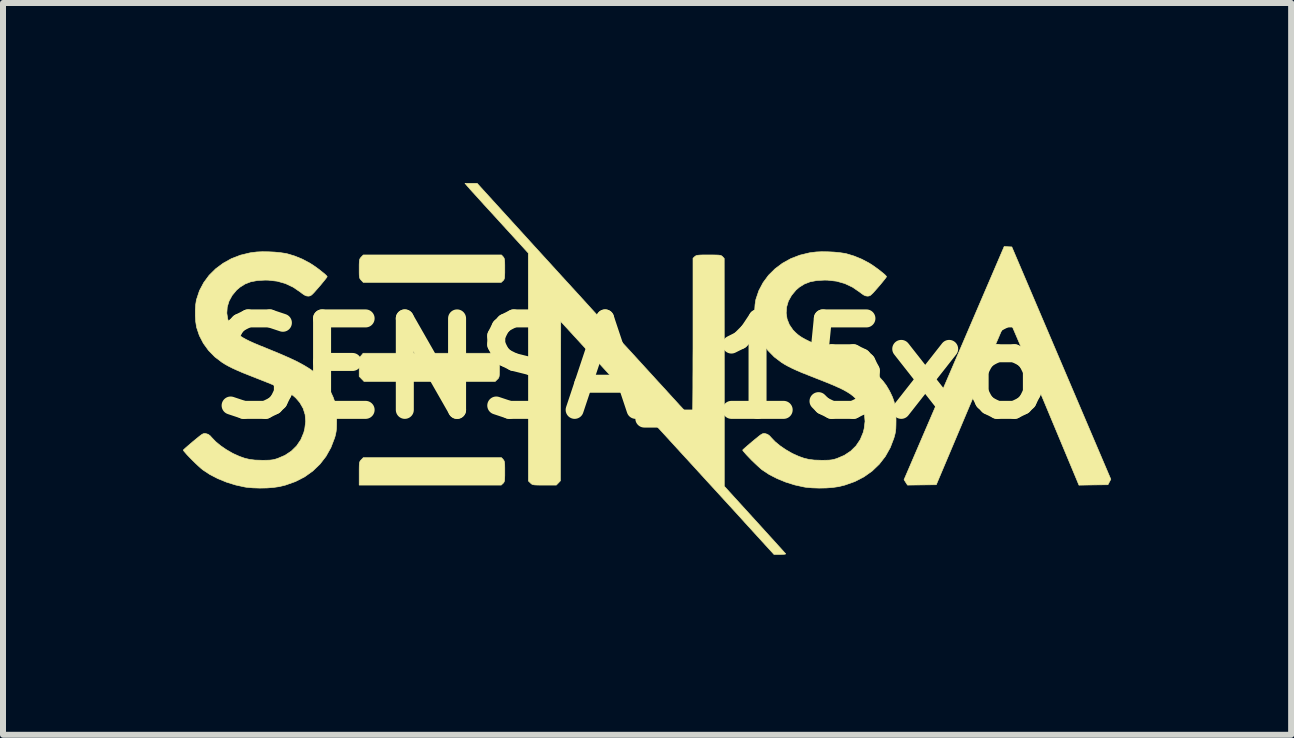
<source format=kicad_pcb>
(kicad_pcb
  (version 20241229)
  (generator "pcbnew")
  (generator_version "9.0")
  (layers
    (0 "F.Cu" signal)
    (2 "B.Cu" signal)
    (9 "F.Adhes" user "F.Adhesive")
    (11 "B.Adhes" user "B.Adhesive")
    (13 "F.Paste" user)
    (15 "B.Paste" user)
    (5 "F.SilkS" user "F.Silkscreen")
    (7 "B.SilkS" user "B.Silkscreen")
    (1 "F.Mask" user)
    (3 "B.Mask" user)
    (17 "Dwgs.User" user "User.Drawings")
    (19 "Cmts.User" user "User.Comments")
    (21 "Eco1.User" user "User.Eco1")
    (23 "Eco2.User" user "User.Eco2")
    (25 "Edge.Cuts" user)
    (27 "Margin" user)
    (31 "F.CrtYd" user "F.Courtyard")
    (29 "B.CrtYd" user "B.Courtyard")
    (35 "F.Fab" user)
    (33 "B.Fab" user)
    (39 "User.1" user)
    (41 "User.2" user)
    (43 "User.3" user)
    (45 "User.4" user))
  (footprint "SENSA_15x6"
    (layer "F.Cu")
    (at 7.47 3.091)
    (property "Reference" "SENSA_15x6" (at 0 0 0) (layer "F.SilkS") (effects (font (size 1.524 1.524) (thickness 0.3))))
    (attr through_hole)
    (fp_poly (pts (xy -2.136 1.515) (xy -2.125 1.529) (xy -2.117 1.545) (xy -2.112 1.569) (xy -2.109 1.605) (xy -2.108 1.657) (xy -2.108 1.716) (xy -2.108 1.786) (xy -2.11 1.834) (xy -2.112 1.867) (xy -2.118 1.888) (xy -2.126 1.903) (xy -2.137 1.915) (xy -2.138 1.915) (xy -2.167 1.943) (xy -4.534 1.943) (xy -4.534 1.75) (xy -4.534 1.676) (xy -4.533 1.623) (xy -4.531 1.587) (xy -4.527 1.563) (xy -4.52 1.546) (xy -4.51 1.532) (xy -4.5 1.522) (xy -4.466 1.486) (xy -2.163 1.486) (xy -2.136 1.515)) (stroke (width 0.01) (type solid)) (fill yes) (layer "F.SilkS"))
    (fp_poly (pts (xy -2.233 -0.22) (xy -2.218 -0.205) (xy -2.208 -0.191) (xy -2.202 -0.172) (xy -2.199 -0.143) (xy -2.197 -0.1) (xy -2.197 -0.038) (xy -2.197 -0.019) (xy -2.197 0.049) (xy -2.198 0.096) (xy -2.201 0.128) (xy -2.207 0.149) (xy -2.215 0.164) (xy -2.229 0.178) (xy -2.233 0.182) (xy -2.268 0.216) (xy -4.453 0.216) (xy -4.534 0.132) (xy -4.534 -0.022) (xy -4.534 -0.087) (xy -4.532 -0.133) (xy -4.529 -0.163) (xy -4.522 -0.184) (xy -4.512 -0.202) (xy -4.501 -0.215) (xy -4.468 -0.254) (xy -2.268 -0.254) (xy -2.233 -0.22)) (stroke (width 0.01) (type solid)) (fill yes) (layer "F.SilkS"))
    (fp_poly (pts (xy -2.136 -1.863) (xy -2.125 -1.849) (xy -2.117 -1.833) (xy -2.112 -1.809) (xy -2.109 -1.774) (xy -2.108 -1.721) (xy -2.108 -1.662) (xy -2.108 -1.593) (xy -2.11 -1.544) (xy -2.112 -1.511) (xy -2.118 -1.49) (xy -2.126 -1.475) (xy -2.137 -1.463) (xy -2.138 -1.463) (xy -2.167 -1.435) (xy -3.316 -1.435) (xy -4.466 -1.435) (xy -4.5 -1.471) (xy -4.514 -1.487) (xy -4.524 -1.503) (xy -4.529 -1.524) (xy -4.533 -1.555) (xy -4.534 -1.602) (xy -4.534 -1.664) (xy -4.534 -1.73) (xy -4.532 -1.775) (xy -4.529 -1.806) (xy -4.523 -1.826) (xy -4.513 -1.842) (xy -4.5 -1.857) (xy -4.466 -1.892) (xy -2.163 -1.892) (xy -2.136 -1.863)) (stroke (width 0.01) (type solid)) (fill yes) (layer "F.SilkS"))
    (fp_poly (pts (xy 6.279 -2.029) (xy 6.342 -2.026) (xy 7.167 -0.09) (xy 7.992 1.846) (xy 7.968 1.891) (xy 7.944 1.937) (xy 7.703 1.94) (xy 7.461 1.944) (xy 6.872 0.533) (xy 6.796 0.354) (xy 6.724 0.181) (xy 6.654 0.017) (xy 6.589 -0.138) (xy 6.528 -0.282) (xy 6.472 -0.414) (xy 6.422 -0.531) (xy 6.378 -0.634) (xy 6.34 -0.719) (xy 6.311 -0.787) (xy 6.289 -0.835) (xy 6.276 -0.861) (xy 6.272 -0.867) (xy 6.266 -0.854) (xy 6.251 -0.82) (xy 6.227 -0.764) (xy 6.195 -0.69) (xy 6.156 -0.598) (xy 6.11 -0.49) (xy 6.057 -0.367) (xy 5.999 -0.231) (xy 5.937 -0.084) (xy 5.87 0.075) (xy 5.799 0.242) (xy 5.725 0.417) (xy 5.673 0.54) (xy 5.083 1.937) (xy 4.604 1.943) (xy 4.575 1.898) (xy 4.546 1.853) (xy 5.381 -0.09) (xy 6.215 -2.033) (xy 6.279 -2.029)) (stroke (width 0.01) (type solid)) (fill yes) (layer "F.SilkS"))
    (fp_poly (pts (xy -1.758 -2.195) (xy -1.62 -2.043) (xy -1.471 -1.88) (xy -1.315 -1.709) (xy -1.154 -1.532) (xy -0.991 -1.354) (xy -0.83 -1.178) (xy -0.674 -1.006) (xy -0.525 -0.843) (xy -0.386 -0.692) (xy -0.261 -0.555) (xy -0.241 -0.533) (xy -0.125 -0.405) (xy -0.007 -0.277) (xy 0.11 -0.149) (xy 0.224 -0.024) (xy 0.333 0.095) (xy 0.435 0.207) (xy 0.528 0.308) (xy 0.61 0.398) (xy 0.679 0.474) (xy 0.733 0.533) (xy 0.737 0.537) (xy 0.803 0.61) (xy 0.865 0.676) (xy 0.919 0.734) (xy 0.963 0.782) (xy 0.996 0.816) (xy 1.015 0.834) (xy 1.019 0.837) (xy 1.02 0.825) (xy 1.022 0.789) (xy 1.023 0.731) (xy 1.024 0.652) (xy 1.025 0.555) (xy 1.026 0.44) (xy 1.027 0.31) (xy 1.027 0.167) (xy 1.028 0.011) (xy 1.028 -0.156) (xy 1.029 -0.331) (xy 1.029 -0.499) (xy 1.029 -1.837) (xy 1.058 -1.865) (xy 1.071 -1.875) (xy 1.085 -1.882) (xy 1.107 -1.887) (xy 1.139 -1.89) (xy 1.185 -1.892) (xy 1.251 -1.892) (xy 1.291 -1.892) (xy 1.367 -1.892) (xy 1.422 -1.891) (xy 1.46 -1.889) (xy 1.486 -1.885) (xy 1.502 -1.879) (xy 1.514 -1.871) (xy 1.522 -1.863) (xy 1.549 -1.834) (xy 1.55 0.064) (xy 1.55 1.962) (xy 2.059 2.521) (xy 2.151 2.622) (xy 2.237 2.717) (xy 2.317 2.805) (xy 2.389 2.884) (xy 2.451 2.953) (xy 2.502 3.009) (xy 2.541 3.052) (xy 2.565 3.079) (xy 2.574 3.089) (xy 2.565 3.094) (xy 2.536 3.097) (xy 2.493 3.099) (xy 2.479 3.099) (xy 2.379 3.099) (xy 1.889 2.562) (xy 1.804 2.468) (xy 1.712 2.367) (xy 1.612 2.258) (xy 1.504 2.14) (xy 1.388 2.013) (xy 1.261 1.875) (xy 1.125 1.726) (xy 0.978 1.565) (xy 0.819 1.392) (xy 0.648 1.205) (xy 0.464 1.004) (xy 0.266 0.788) (xy 0.054 0.557) (xy -0.173 0.309) (xy -0.416 0.044) (xy -0.675 -0.239) (xy -0.686 -0.251) (xy -1.175 -0.784) (xy -1.181 1.872) (xy -1.215 1.908) (xy -1.249 1.943) (xy -1.446 1.943) (xy -1.521 1.943) (xy -1.575 1.942) (xy -1.612 1.94) (xy -1.637 1.936) (xy -1.654 1.93) (xy -1.667 1.92) (xy -1.679 1.909) (xy -1.714 1.875) (xy -1.715 -0.025) (xy -1.716 -1.924) (xy -2.192 -2.445) (xy -2.282 -2.544) (xy -2.369 -2.639) (xy -2.451 -2.728) (xy -2.524 -2.809) (xy -2.589 -2.881) (xy -2.643 -2.94) (xy -2.685 -2.986) (xy -2.711 -3.017) (xy -2.72 -3.026) (xy -2.771 -3.086) (xy -2.569 -3.086) (xy -1.758 -2.195)) (stroke (width 0.01) (type solid)) (fill yes) (layer "F.SilkS"))
    (fp_poly (pts (xy -6.048 -1.945) (xy -5.943 -1.94) (xy -5.843 -1.93) (xy -5.757 -1.917) (xy -5.734 -1.912) (xy -5.611 -1.875) (xy -5.483 -1.823) (xy -5.36 -1.758) (xy -5.357 -1.756) (xy -5.308 -1.725) (xy -5.254 -1.688) (xy -5.201 -1.649) (xy -5.152 -1.61) (xy -5.11 -1.576) (xy -5.081 -1.549) (xy -5.068 -1.532) (xy -5.068 -1.53) (xy -5.076 -1.517) (xy -5.098 -1.488) (xy -5.131 -1.447) (xy -5.172 -1.397) (xy -5.202 -1.362) (xy -5.253 -1.304) (xy -5.29 -1.262) (xy -5.317 -1.235) (xy -5.338 -1.218) (xy -5.356 -1.21) (xy -5.373 -1.207) (xy -5.384 -1.206) (xy -5.414 -1.21) (xy -5.444 -1.223) (xy -5.482 -1.248) (xy -5.511 -1.271) (xy -5.634 -1.355) (xy -5.763 -1.416) (xy -5.901 -1.455) (xy -6.05 -1.472) (xy -6.101 -1.473) (xy -6.23 -1.466) (xy -6.341 -1.445) (xy -6.437 -1.408) (xy -6.522 -1.354) (xy -6.577 -1.307) (xy -6.651 -1.218) (xy -6.703 -1.123) (xy -6.733 -1.024) (xy -6.74 -0.923) (xy -6.725 -0.824) (xy -6.687 -0.729) (xy -6.627 -0.642) (xy -6.584 -0.598) (xy -6.549 -0.567) (xy -6.512 -0.539) (xy -6.47 -0.512) (xy -6.421 -0.485) (xy -6.361 -0.455) (xy -6.288 -0.422) (xy -6.198 -0.384) (xy -6.088 -0.34) (xy -6.032 -0.317) (xy -5.855 -0.244) (xy -5.699 -0.176) (xy -5.564 -0.112) (xy -5.448 -0.049) (xy -5.348 0.013) (xy -5.263 0.075) (xy -5.19 0.14) (xy -5.127 0.208) (xy -5.073 0.281) (xy -5.026 0.36) (xy -5.005 0.4) (xy -4.968 0.479) (xy -4.942 0.553) (xy -4.925 0.629) (xy -4.914 0.714) (xy -4.91 0.814) (xy -4.91 0.864) (xy -4.911 0.941) (xy -4.913 1) (xy -4.918 1.047) (xy -4.926 1.09) (xy -4.937 1.135) (xy -4.945 1.16) (xy -5.006 1.319) (xy -5.088 1.465) (xy -5.189 1.595) (xy -5.308 1.709) (xy -5.444 1.806) (xy -5.596 1.884) (xy -5.762 1.943) (xy -5.864 1.968) (xy -5.96 1.982) (xy -6.072 1.991) (xy -6.192 1.993) (xy -6.309 1.989) (xy -6.416 1.979) (xy -6.445 1.974) (xy -6.595 1.941) (xy -6.746 1.894) (xy -6.89 1.835) (xy -7.022 1.767) (xy -7.136 1.692) (xy -7.139 1.69) (xy -7.174 1.661) (xy -7.217 1.622) (xy -7.265 1.577) (xy -7.314 1.529) (xy -7.362 1.48) (xy -7.404 1.436) (xy -7.437 1.398) (xy -7.459 1.372) (xy -7.465 1.359) (xy -7.454 1.348) (xy -7.428 1.324) (xy -7.388 1.289) (xy -7.339 1.247) (xy -7.299 1.213) (xy -7.239 1.164) (xy -7.195 1.128) (xy -7.163 1.104) (xy -7.139 1.09) (xy -7.121 1.084) (xy -7.104 1.083) (xy -7.087 1.086) (xy -7.05 1.097) (xy -7.018 1.121) (xy -6.99 1.152) (xy -6.927 1.218) (xy -6.845 1.286) (xy -6.752 1.35) (xy -6.654 1.407) (xy -6.625 1.422) (xy -6.529 1.465) (xy -6.444 1.495) (xy -6.361 1.515) (xy -6.272 1.526) (xy -6.167 1.529) (xy -6.153 1.53) (xy -6.079 1.529) (xy -6.023 1.527) (xy -5.979 1.522) (xy -5.938 1.513) (xy -5.895 1.5) (xy -5.771 1.447) (xy -5.664 1.376) (xy -5.576 1.289) (xy -5.506 1.185) (xy -5.457 1.067) (xy -5.441 1.003) (xy -5.426 0.882) (xy -5.435 0.769) (xy -5.468 0.664) (xy -5.525 0.566) (xy -5.592 0.489) (xy -5.631 0.455) (xy -5.675 0.421) (xy -5.728 0.388) (xy -5.791 0.353) (xy -5.867 0.317) (xy -5.958 0.276) (xy -6.069 0.231) (xy -6.2 0.179) (xy -6.236 0.165) (xy -6.365 0.114) (xy -6.474 0.071) (xy -6.564 0.032) (xy -6.641 -0.003) (xy -6.707 -0.036) (xy -6.765 -0.068) (xy -6.818 -0.101) (xy -6.818 -0.101) (xy -6.939 -0.193) (xy -7.044 -0.3) (xy -7.131 -0.42) (xy -7.198 -0.549) (xy -7.243 -0.683) (xy -7.247 -0.704) (xy -7.259 -0.784) (xy -7.265 -0.877) (xy -7.265 -0.974) (xy -7.259 -1.065) (xy -7.247 -1.142) (xy -7.244 -1.152) (xy -7.196 -1.297) (xy -7.125 -1.431) (xy -7.035 -1.553) (xy -6.926 -1.661) (xy -6.801 -1.754) (xy -6.663 -1.831) (xy -6.512 -1.889) (xy -6.35 -1.928) (xy -6.241 -1.942) (xy -6.15 -1.946) (xy -6.048 -1.945)) (stroke (width 0.01) (type solid)) (fill yes) (layer "F.SilkS"))
    (fp_poly (pts (xy 3.274 -1.945) (xy 3.379 -1.94) (xy 3.479 -1.93) (xy 3.565 -1.917) (xy 3.587 -1.912) (xy 3.71 -1.875) (xy 3.838 -1.823) (xy 3.962 -1.758) (xy 3.965 -1.756) (xy 4.014 -1.725) (xy 4.067 -1.688) (xy 4.121 -1.649) (xy 4.17 -1.61) (xy 4.212 -1.576) (xy 4.241 -1.549) (xy 4.253 -1.532) (xy 4.254 -1.53) (xy 4.246 -1.517) (xy 4.224 -1.488) (xy 4.191 -1.447) (xy 4.15 -1.397) (xy 4.12 -1.362) (xy 4.069 -1.304) (xy 4.032 -1.262) (xy 4.004 -1.235) (xy 3.984 -1.218) (xy 3.966 -1.21) (xy 3.949 -1.207) (xy 3.938 -1.206) (xy 3.908 -1.21) (xy 3.877 -1.223) (xy 3.84 -1.248) (xy 3.81 -1.271) (xy 3.688 -1.355) (xy 3.559 -1.416) (xy 3.421 -1.455) (xy 3.272 -1.472) (xy 3.221 -1.473) (xy 3.092 -1.466) (xy 2.981 -1.445) (xy 2.885 -1.408) (xy 2.799 -1.354) (xy 2.745 -1.307) (xy 2.671 -1.218) (xy 2.618 -1.123) (xy 2.589 -1.024) (xy 2.582 -0.923) (xy 2.597 -0.824) (xy 2.635 -0.729) (xy 2.695 -0.642) (xy 2.738 -0.598) (xy 2.773 -0.567) (xy 2.81 -0.539) (xy 2.852 -0.512) (xy 2.901 -0.485) (xy 2.961 -0.455) (xy 3.034 -0.422) (xy 3.124 -0.384) (xy 3.234 -0.34) (xy 3.289 -0.317) (xy 3.467 -0.244) (xy 3.623 -0.176) (xy 3.758 -0.112) (xy 3.874 -0.049) (xy 3.974 0.013) (xy 4.059 0.075) (xy 4.132 0.14) (xy 4.194 0.208) (xy 4.249 0.281) (xy 4.296 0.36) (xy 4.317 0.4) (xy 4.354 0.479) (xy 4.38 0.553) (xy 4.397 0.629) (xy 4.407 0.714) (xy 4.411 0.814) (xy 4.412 0.864) (xy 4.411 0.941) (xy 4.409 1) (xy 4.404 1.047) (xy 4.396 1.09) (xy 4.384 1.135) (xy 4.377 1.16) (xy 4.316 1.319) (xy 4.234 1.465) (xy 4.133 1.595) (xy 4.014 1.709) (xy 3.877 1.806) (xy 3.726 1.884) (xy 3.559 1.943) (xy 3.458 1.968) (xy 3.362 1.982) (xy 3.249 1.991) (xy 3.13 1.993) (xy 3.013 1.989) (xy 2.906 1.979) (xy 2.877 1.974) (xy 2.727 1.941) (xy 2.576 1.894) (xy 2.432 1.835) (xy 2.299 1.767) (xy 2.186 1.692) (xy 2.182 1.69) (xy 2.148 1.661) (xy 2.105 1.622) (xy 2.057 1.577) (xy 2.007 1.529) (xy 1.96 1.48) (xy 1.918 1.436) (xy 1.885 1.398) (xy 1.863 1.372) (xy 1.857 1.359) (xy 1.867 1.348) (xy 1.894 1.324) (xy 1.934 1.289) (xy 1.983 1.247) (xy 2.023 1.213) (xy 2.083 1.164) (xy 2.127 1.128) (xy 2.159 1.104) (xy 2.183 1.09) (xy 2.201 1.084) (xy 2.218 1.083) (xy 2.235 1.086) (xy 2.271 1.097) (xy 2.304 1.121) (xy 2.332 1.152) (xy 2.395 1.218) (xy 2.477 1.286) (xy 2.57 1.35) (xy 2.668 1.407) (xy 2.697 1.422) (xy 2.793 1.465) (xy 2.878 1.495) (xy 2.961 1.515) (xy 3.05 1.526) (xy 3.154 1.529) (xy 3.169 1.53) (xy 3.243 1.529) (xy 3.298 1.527) (xy 3.343 1.522) (xy 3.384 1.513) (xy 3.427 1.5) (xy 3.551 1.447) (xy 3.658 1.376) (xy 3.746 1.289) (xy 3.816 1.185) (xy 3.865 1.067) (xy 3.881 1.003) (xy 3.896 0.882) (xy 3.887 0.769) (xy 3.854 0.664) (xy 3.796 0.566) (xy 3.729 0.489) (xy 3.691 0.455) (xy 3.646 0.421) (xy 3.594 0.388) (xy 3.531 0.353) (xy 3.455 0.317) (xy 3.363 0.276) (xy 3.253 0.231) (xy 3.122 0.179) (xy 3.086 0.165) (xy 2.957 0.114) (xy 2.848 0.071) (xy 2.757 0.032) (xy 2.681 -0.003) (xy 2.615 -0.036) (xy 2.557 -0.068) (xy 2.504 -0.101) (xy 2.504 -0.101) (xy 2.383 -0.193) (xy 2.278 -0.3) (xy 2.191 -0.42) (xy 2.124 -0.549) (xy 2.079 -0.683) (xy 2.075 -0.704) (xy 2.063 -0.784) (xy 2.057 -0.877) (xy 2.057 -0.974) (xy 2.063 -1.065) (xy 2.075 -1.142) (xy 2.077 -1.152) (xy 2.126 -1.297) (xy 2.197 -1.431) (xy 2.287 -1.553) (xy 2.396 -1.661) (xy 2.52 -1.754) (xy 2.659 -1.831) (xy 2.81 -1.889) (xy 2.972 -1.928) (xy 3.081 -1.942) (xy 3.172 -1.946) (xy 3.274 -1.945)) (stroke (width 0.01) (type solid)) (fill yes) (layer "F.SilkS")))
  (gr_rect
    (start -3 -3)
    (end 18.467 9.195)
    (stroke (width 0.1) (type default))
    (fill no)
    (layer "Edge.Cuts")))
</source>
